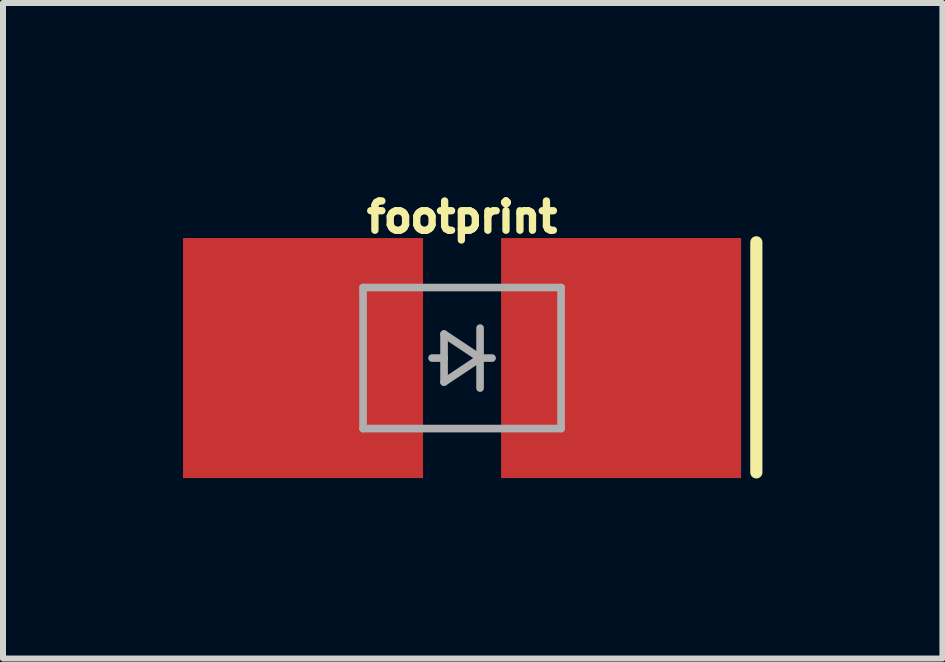
<source format=kicad_pcb>
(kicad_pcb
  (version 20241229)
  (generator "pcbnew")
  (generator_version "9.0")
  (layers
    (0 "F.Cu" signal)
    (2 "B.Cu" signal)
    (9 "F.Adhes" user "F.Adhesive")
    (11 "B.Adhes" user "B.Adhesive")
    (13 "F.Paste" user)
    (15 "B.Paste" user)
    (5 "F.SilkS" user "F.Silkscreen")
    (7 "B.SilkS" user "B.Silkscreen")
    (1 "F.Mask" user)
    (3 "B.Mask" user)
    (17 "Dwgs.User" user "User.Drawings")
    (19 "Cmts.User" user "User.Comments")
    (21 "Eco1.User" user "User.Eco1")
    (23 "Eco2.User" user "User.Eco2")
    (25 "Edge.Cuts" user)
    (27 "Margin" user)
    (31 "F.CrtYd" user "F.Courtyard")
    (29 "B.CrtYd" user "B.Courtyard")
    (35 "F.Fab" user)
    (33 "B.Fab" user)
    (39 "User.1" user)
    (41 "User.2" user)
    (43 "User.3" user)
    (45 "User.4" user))
  (footprint "footprint"
    (layer "F.Cu")
    (at 4.65 2.917)
    (property "Reference" "footprint" (at 0 -2.064 0) (layer "F.SilkS") (effects (font (size 0.488 0.488) (thickness 0.122)) (justify bottom)))
    (fp_poly (pts (xy -0.65 1.2) (xy -0.65 -1.2) (xy -2 -1.2) (xy -2 1.2)) (stroke (width 0) (type solid)) (fill yes) (layer "F.Mask"))
    (fp_poly (pts (xy 0.65 -1.2) (xy 0.65 1.2) (xy 2 1.2) (xy 2 -1.2)) (stroke (width 0) (type solid)) (fill yes) (layer "F.Mask"))
    (fp_line (start 4.904 -1.929) (end 4.904 1.905) (stroke (width 0.203) (type solid)) (layer "F.SilkS"))
    (fp_poly (pts (xy -0.65 1.2) (xy -0.65 -1.2) (xy -2 -1.2) (xy -2 1.2)) (stroke (width 0) (type solid)) (fill yes) (layer "F.Paste"))
    (fp_poly (pts (xy 0.65 -1.2) (xy 0.65 1.2) (xy 2 1.2) (xy 2 -1.2)) (stroke (width 0) (type solid)) (fill yes) (layer "F.Paste"))
    (fp_line (start -1.65 -1.175) (end -1.65 1.175) (stroke (width 0.127) (type solid)) (layer "F.Fab"))
    (fp_line (start -1.65 1.175) (end 1.65 1.175) (stroke (width 0.127) (type solid)) (layer "F.Fab"))
    (fp_line (start -0.3 -0.4) (end -0.3 0) (stroke (width 0.127) (type solid)) (layer "F.Fab"))
    (fp_line (start -0.3 0) (end -0.5 0) (stroke (width 0.127) (type solid)) (layer "F.Fab"))
    (fp_line (start -0.3 0) (end -0.3 0.4) (stroke (width 0.127) (type solid)) (layer "F.Fab"))
    (fp_line (start -0.3 0.4) (end 0.3 0) (stroke (width 0.127) (type solid)) (layer "F.Fab"))
    (fp_line (start 0.3 -0.5) (end 0.3 0) (stroke (width 0.127) (type solid)) (layer "F.Fab"))
    (fp_line (start 0.3 0) (end -0.3 -0.4) (stroke (width 0.127) (type solid)) (layer "F.Fab"))
    (fp_line (start 0.3 0) (end 0.3 0.5) (stroke (width 0.127) (type solid)) (layer "F.Fab"))
    (fp_line (start 0.5 0) (end 0.3 0) (stroke (width 0.127) (type solid)) (layer "F.Fab"))
    (fp_line (start 1.65 -1.175) (end -1.65 -1.175) (stroke (width 0.127) (type solid)) (layer "F.Fab"))
    (fp_line (start 1.65 1.175) (end 1.65 -1.175) (stroke (width 0.127) (type solid)) (layer "F.Fab"))
    (pad "A" smd rect (at -2.65 0 90) (size 4 4) (layers "F.Cu"))
    (pad "C" smd rect (at 2.65 0 270) (size 4 4) (layers "F.Cu")))
  (gr_rect
    (start -3 -3)
    (end 12.655 7.924)
    (stroke (width 0.1) (type default))
    (fill no)
    (layer "Edge.Cuts")))
</source>
